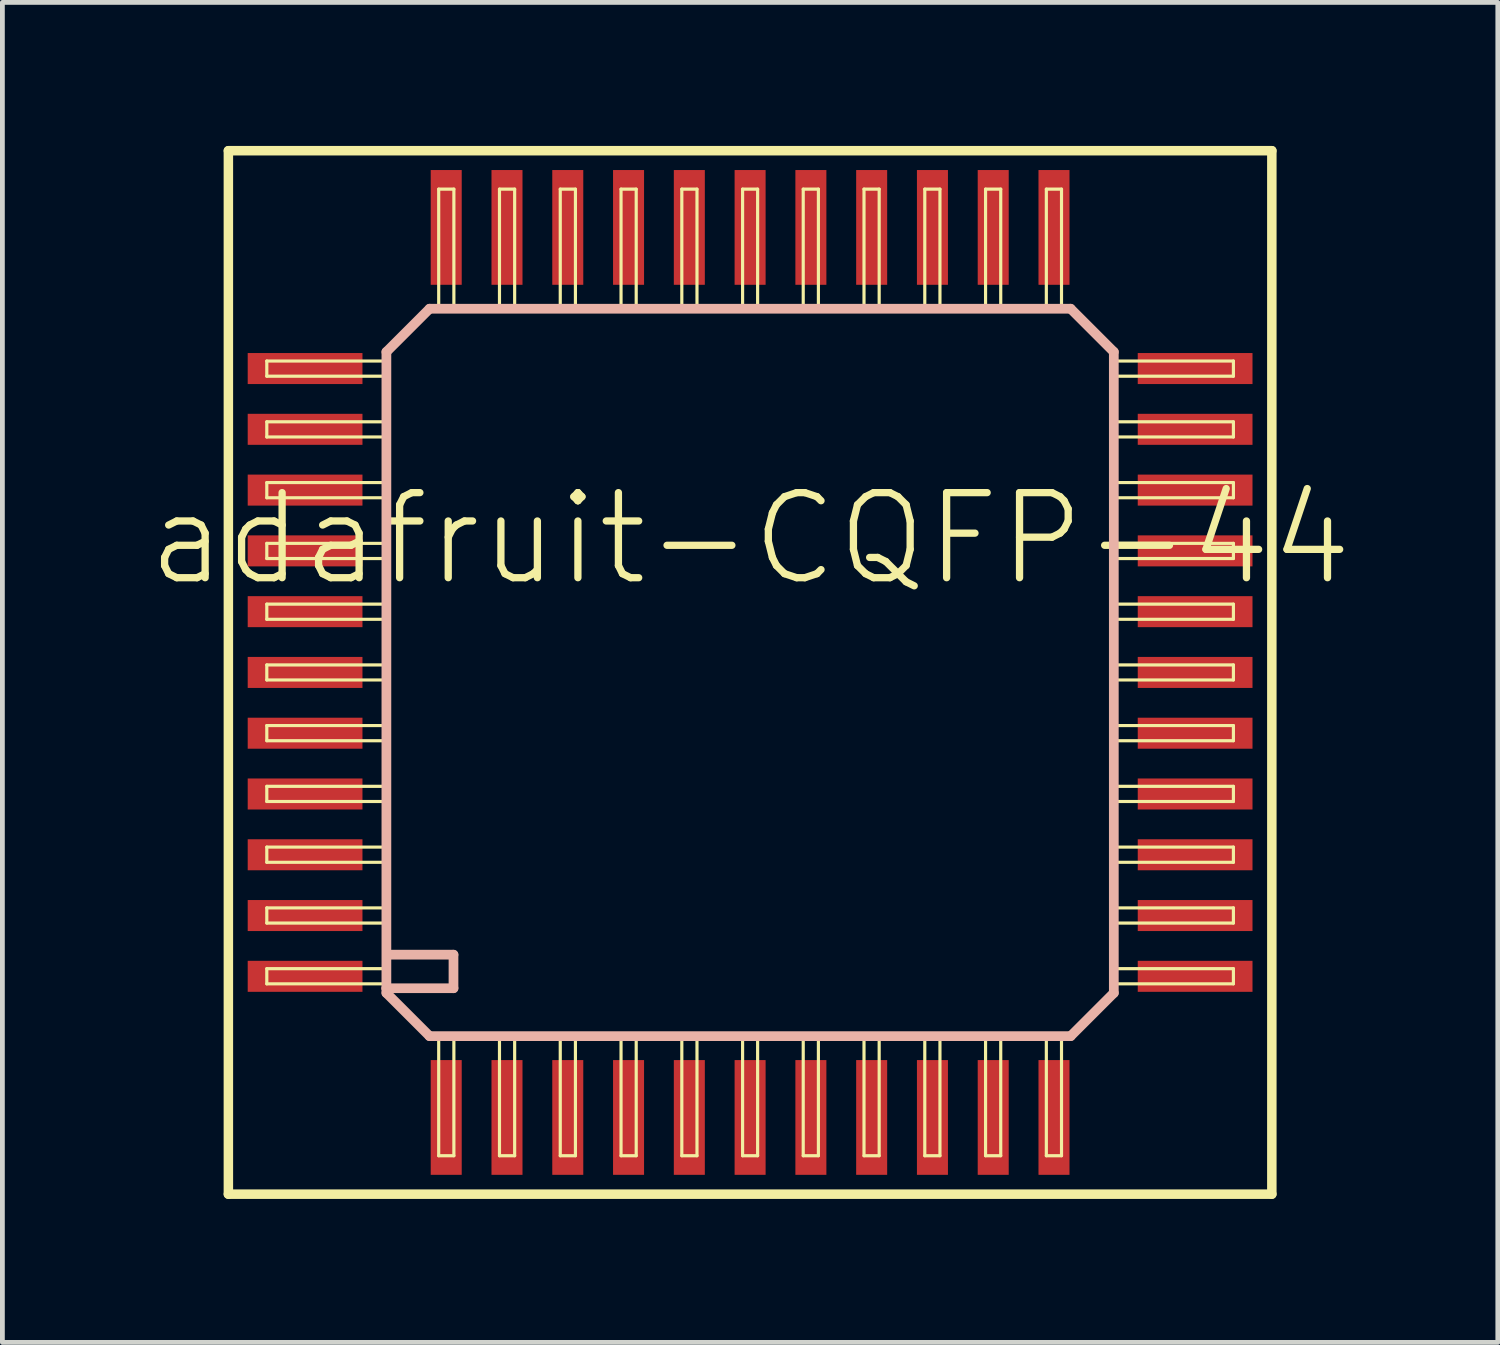
<source format=kicad_pcb>
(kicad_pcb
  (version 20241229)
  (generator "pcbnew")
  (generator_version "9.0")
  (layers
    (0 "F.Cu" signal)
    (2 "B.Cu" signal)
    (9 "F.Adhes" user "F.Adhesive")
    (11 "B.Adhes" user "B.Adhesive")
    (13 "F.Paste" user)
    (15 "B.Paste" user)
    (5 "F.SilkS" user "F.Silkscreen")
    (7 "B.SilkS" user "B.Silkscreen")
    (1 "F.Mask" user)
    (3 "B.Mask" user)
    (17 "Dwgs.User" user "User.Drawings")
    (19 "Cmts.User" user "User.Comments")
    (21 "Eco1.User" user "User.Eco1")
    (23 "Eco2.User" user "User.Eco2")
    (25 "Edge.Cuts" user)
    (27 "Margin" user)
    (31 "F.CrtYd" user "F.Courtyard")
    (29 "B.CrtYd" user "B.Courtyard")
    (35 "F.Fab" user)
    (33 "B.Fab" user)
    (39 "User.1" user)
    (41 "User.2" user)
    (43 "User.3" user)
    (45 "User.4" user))
  (footprint "adafruit-CQFP-44"
    (layer "F.Cu")
    (at 12.624 11.001)
    (property "Reference" "adafruit-CQFP-44" (at 0 -2.794 0) (layer "F.SilkS") (effects (font (size 1.778 1.778) (thickness 0.152))))
    (attr smd)
    (fp_line (start -10.902 -10.902) (end 10.902 -10.902) (stroke (width 0.198) (type solid)) (layer "F.SilkS"))
    (fp_line (start -10.902 10.902) (end -10.902 -10.902) (stroke (width 0.198) (type solid)) (layer "F.SilkS"))
    (fp_line (start -10.099 -6.507) (end -7.6 -6.507) (stroke (width 0.066) (type solid)) (layer "F.SilkS"))
    (fp_line (start -10.099 -6.19) (end -10.099 -6.507) (stroke (width 0.066) (type solid)) (layer "F.SilkS"))
    (fp_line (start -10.099 -6.19) (end -7.6 -6.19) (stroke (width 0.066) (type solid)) (layer "F.SilkS"))
    (fp_line (start -10.099 -5.237) (end -7.6 -5.237) (stroke (width 0.066) (type solid)) (layer "F.SilkS"))
    (fp_line (start -10.099 -4.92) (end -10.099 -5.237) (stroke (width 0.066) (type solid)) (layer "F.SilkS"))
    (fp_line (start -10.099 -4.92) (end -7.6 -4.92) (stroke (width 0.066) (type solid)) (layer "F.SilkS"))
    (fp_line (start -10.099 -3.967) (end -7.6 -3.967) (stroke (width 0.066) (type solid)) (layer "F.SilkS"))
    (fp_line (start -10.099 -3.65) (end -10.099 -3.967) (stroke (width 0.066) (type solid)) (layer "F.SilkS"))
    (fp_line (start -10.099 -3.65) (end -7.6 -3.65) (stroke (width 0.066) (type solid)) (layer "F.SilkS"))
    (fp_line (start -10.099 -2.697) (end -7.6 -2.697) (stroke (width 0.066) (type solid)) (layer "F.SilkS"))
    (fp_line (start -10.099 -2.38) (end -10.099 -2.697) (stroke (width 0.066) (type solid)) (layer "F.SilkS"))
    (fp_line (start -10.099 -2.38) (end -7.6 -2.38) (stroke (width 0.066) (type solid)) (layer "F.SilkS"))
    (fp_line (start -10.099 -1.427) (end -7.6 -1.427) (stroke (width 0.066) (type solid)) (layer "F.SilkS"))
    (fp_line (start -10.099 -1.11) (end -10.099 -1.427) (stroke (width 0.066) (type solid)) (layer "F.SilkS"))
    (fp_line (start -10.099 -1.11) (end -7.6 -1.11) (stroke (width 0.066) (type solid)) (layer "F.SilkS"))
    (fp_line (start -10.099 -0.157) (end -7.6 -0.157) (stroke (width 0.066) (type solid)) (layer "F.SilkS"))
    (fp_line (start -10.099 0.157) (end -10.099 -0.157) (stroke (width 0.066) (type solid)) (layer "F.SilkS"))
    (fp_line (start -10.099 0.157) (end -7.6 0.157) (stroke (width 0.066) (type solid)) (layer "F.SilkS"))
    (fp_line (start -10.099 1.11) (end -7.6 1.11) (stroke (width 0.066) (type solid)) (layer "F.SilkS"))
    (fp_line (start -10.099 1.427) (end -10.099 1.11) (stroke (width 0.066) (type solid)) (layer "F.SilkS"))
    (fp_line (start -10.099 1.427) (end -7.6 1.427) (stroke (width 0.066) (type solid)) (layer "F.SilkS"))
    (fp_line (start -10.099 2.38) (end -7.6 2.38) (stroke (width 0.066) (type solid)) (layer "F.SilkS"))
    (fp_line (start -10.099 2.697) (end -10.099 2.38) (stroke (width 0.066) (type solid)) (layer "F.SilkS"))
    (fp_line (start -10.099 2.697) (end -7.6 2.697) (stroke (width 0.066) (type solid)) (layer "F.SilkS"))
    (fp_line (start -10.099 3.65) (end -7.6 3.65) (stroke (width 0.066) (type solid)) (layer "F.SilkS"))
    (fp_line (start -10.099 3.967) (end -10.099 3.65) (stroke (width 0.066) (type solid)) (layer "F.SilkS"))
    (fp_line (start -10.099 3.967) (end -7.6 3.967) (stroke (width 0.066) (type solid)) (layer "F.SilkS"))
    (fp_line (start -10.099 4.92) (end -7.6 4.92) (stroke (width 0.066) (type solid)) (layer "F.SilkS"))
    (fp_line (start -10.099 5.237) (end -10.099 4.92) (stroke (width 0.066) (type solid)) (layer "F.SilkS"))
    (fp_line (start -10.099 5.237) (end -7.6 5.237) (stroke (width 0.066) (type solid)) (layer "F.SilkS"))
    (fp_line (start -10.099 6.19) (end -7.6 6.19) (stroke (width 0.066) (type solid)) (layer "F.SilkS"))
    (fp_line (start -10.099 6.507) (end -10.099 6.19) (stroke (width 0.066) (type solid)) (layer "F.SilkS"))
    (fp_line (start -10.099 6.507) (end -7.6 6.507) (stroke (width 0.066) (type solid)) (layer "F.SilkS"))
    (fp_line (start -7.6 -6.19) (end -7.6 -6.507) (stroke (width 0.066) (type solid)) (layer "F.SilkS"))
    (fp_line (start -7.6 -4.92) (end -7.6 -5.237) (stroke (width 0.066) (type solid)) (layer "F.SilkS"))
    (fp_line (start -7.6 -3.65) (end -7.6 -3.967) (stroke (width 0.066) (type solid)) (layer "F.SilkS"))
    (fp_line (start -7.6 -2.38) (end -7.6 -2.697) (stroke (width 0.066) (type solid)) (layer "F.SilkS"))
    (fp_line (start -7.6 -1.11) (end -7.6 -1.427) (stroke (width 0.066) (type solid)) (layer "F.SilkS"))
    (fp_line (start -7.6 0.157) (end -7.6 -0.157) (stroke (width 0.066) (type solid)) (layer "F.SilkS"))
    (fp_line (start -7.6 1.427) (end -7.6 1.11) (stroke (width 0.066) (type solid)) (layer "F.SilkS"))
    (fp_line (start -7.6 2.697) (end -7.6 2.38) (stroke (width 0.066) (type solid)) (layer "F.SilkS"))
    (fp_line (start -7.6 3.967) (end -7.6 3.65) (stroke (width 0.066) (type solid)) (layer "F.SilkS"))
    (fp_line (start -7.6 5.237) (end -7.6 4.92) (stroke (width 0.066) (type solid)) (layer "F.SilkS"))
    (fp_line (start -7.6 6.507) (end -7.6 6.19) (stroke (width 0.066) (type solid)) (layer "F.SilkS"))
    (fp_line (start -6.507 -10.099) (end -6.19 -10.099) (stroke (width 0.066) (type solid)) (layer "F.SilkS"))
    (fp_line (start -6.507 -7.6) (end -6.507 -10.099) (stroke (width 0.066) (type solid)) (layer "F.SilkS"))
    (fp_line (start -6.507 -7.6) (end -6.19 -7.6) (stroke (width 0.066) (type solid)) (layer "F.SilkS"))
    (fp_line (start -6.507 7.6) (end -6.19 7.6) (stroke (width 0.066) (type solid)) (layer "F.SilkS"))
    (fp_line (start -6.507 10.099) (end -6.507 7.6) (stroke (width 0.066) (type solid)) (layer "F.SilkS"))
    (fp_line (start -6.507 10.099) (end -6.19 10.099) (stroke (width 0.066) (type solid)) (layer "F.SilkS"))
    (fp_line (start -6.19 -7.6) (end -6.19 -10.099) (stroke (width 0.066) (type solid)) (layer "F.SilkS"))
    (fp_line (start -6.19 10.099) (end -6.19 7.6) (stroke (width 0.066) (type solid)) (layer "F.SilkS"))
    (fp_line (start -5.237 -10.099) (end -4.92 -10.099) (stroke (width 0.066) (type solid)) (layer "F.SilkS"))
    (fp_line (start -5.237 -7.6) (end -5.237 -10.099) (stroke (width 0.066) (type solid)) (layer "F.SilkS"))
    (fp_line (start -5.237 -7.6) (end -4.92 -7.6) (stroke (width 0.066) (type solid)) (layer "F.SilkS"))
    (fp_line (start -5.237 7.6) (end -4.92 7.6) (stroke (width 0.066) (type solid)) (layer "F.SilkS"))
    (fp_line (start -5.237 10.099) (end -5.237 7.6) (stroke (width 0.066) (type solid)) (layer "F.SilkS"))
    (fp_line (start -5.237 10.099) (end -4.92 10.099) (stroke (width 0.066) (type solid)) (layer "F.SilkS"))
    (fp_line (start -4.92 -7.6) (end -4.92 -10.099) (stroke (width 0.066) (type solid)) (layer "F.SilkS"))
    (fp_line (start -4.92 10.099) (end -4.92 7.6) (stroke (width 0.066) (type solid)) (layer "F.SilkS"))
    (fp_line (start -3.967 -10.099) (end -3.65 -10.099) (stroke (width 0.066) (type solid)) (layer "F.SilkS"))
    (fp_line (start -3.967 -7.6) (end -3.967 -10.099) (stroke (width 0.066) (type solid)) (layer "F.SilkS"))
    (fp_line (start -3.967 -7.6) (end -3.65 -7.6) (stroke (width 0.066) (type solid)) (layer "F.SilkS"))
    (fp_line (start -3.967 7.6) (end -3.65 7.6) (stroke (width 0.066) (type solid)) (layer "F.SilkS"))
    (fp_line (start -3.967 10.099) (end -3.967 7.6) (stroke (width 0.066) (type solid)) (layer "F.SilkS"))
    (fp_line (start -3.967 10.099) (end -3.65 10.099) (stroke (width 0.066) (type solid)) (layer "F.SilkS"))
    (fp_line (start -3.65 -7.6) (end -3.65 -10.099) (stroke (width 0.066) (type solid)) (layer "F.SilkS"))
    (fp_line (start -3.65 10.099) (end -3.65 7.6) (stroke (width 0.066) (type solid)) (layer "F.SilkS"))
    (fp_line (start -2.697 -10.099) (end -2.38 -10.099) (stroke (width 0.066) (type solid)) (layer "F.SilkS"))
    (fp_line (start -2.697 -7.6) (end -2.697 -10.099) (stroke (width 0.066) (type solid)) (layer "F.SilkS"))
    (fp_line (start -2.697 -7.6) (end -2.38 -7.6) (stroke (width 0.066) (type solid)) (layer "F.SilkS"))
    (fp_line (start -2.697 7.6) (end -2.38 7.6) (stroke (width 0.066) (type solid)) (layer "F.SilkS"))
    (fp_line (start -2.697 10.099) (end -2.697 7.6) (stroke (width 0.066) (type solid)) (layer "F.SilkS"))
    (fp_line (start -2.697 10.099) (end -2.38 10.099) (stroke (width 0.066) (type solid)) (layer "F.SilkS"))
    (fp_line (start -2.38 -7.6) (end -2.38 -10.099) (stroke (width 0.066) (type solid)) (layer "F.SilkS"))
    (fp_line (start -2.38 10.099) (end -2.38 7.6) (stroke (width 0.066) (type solid)) (layer "F.SilkS"))
    (fp_line (start -1.427 -10.099) (end -1.11 -10.099) (stroke (width 0.066) (type solid)) (layer "F.SilkS"))
    (fp_line (start -1.427 -7.6) (end -1.427 -10.099) (stroke (width 0.066) (type solid)) (layer "F.SilkS"))
    (fp_line (start -1.427 -7.6) (end -1.11 -7.6) (stroke (width 0.066) (type solid)) (layer "F.SilkS"))
    (fp_line (start -1.427 7.6) (end -1.11 7.6) (stroke (width 0.066) (type solid)) (layer "F.SilkS"))
    (fp_line (start -1.427 10.099) (end -1.427 7.6) (stroke (width 0.066) (type solid)) (layer "F.SilkS"))
    (fp_line (start -1.427 10.099) (end -1.11 10.099) (stroke (width 0.066) (type solid)) (layer "F.SilkS"))
    (fp_line (start -1.11 -7.6) (end -1.11 -10.099) (stroke (width 0.066) (type solid)) (layer "F.SilkS"))
    (fp_line (start -1.11 10.099) (end -1.11 7.6) (stroke (width 0.066) (type solid)) (layer "F.SilkS"))
    (fp_line (start -0.157 -10.099) (end 0.157 -10.099) (stroke (width 0.066) (type solid)) (layer "F.SilkS"))
    (fp_line (start -0.157 -7.6) (end -0.157 -10.099) (stroke (width 0.066) (type solid)) (layer "F.SilkS"))
    (fp_line (start -0.157 -7.6) (end 0.157 -7.6) (stroke (width 0.066) (type solid)) (layer "F.SilkS"))
    (fp_line (start -0.157 7.6) (end 0.157 7.6) (stroke (width 0.066) (type solid)) (layer "F.SilkS"))
    (fp_line (start -0.157 10.099) (end -0.157 7.6) (stroke (width 0.066) (type solid)) (layer "F.SilkS"))
    (fp_line (start -0.157 10.099) (end 0.157 10.099) (stroke (width 0.066) (type solid)) (layer "F.SilkS"))
    (fp_line (start 0.157 -7.6) (end 0.157 -10.099) (stroke (width 0.066) (type solid)) (layer "F.SilkS"))
    (fp_line (start 0.157 10.099) (end 0.157 7.6) (stroke (width 0.066) (type solid)) (layer "F.SilkS"))
    (fp_line (start 1.11 -10.099) (end 1.427 -10.099) (stroke (width 0.066) (type solid)) (layer "F.SilkS"))
    (fp_line (start 1.11 -7.6) (end 1.11 -10.099) (stroke (width 0.066) (type solid)) (layer "F.SilkS"))
    (fp_line (start 1.11 -7.6) (end 1.427 -7.6) (stroke (width 0.066) (type solid)) (layer "F.SilkS"))
    (fp_line (start 1.11 7.6) (end 1.427 7.6) (stroke (width 0.066) (type solid)) (layer "F.SilkS"))
    (fp_line (start 1.11 10.099) (end 1.11 7.6) (stroke (width 0.066) (type solid)) (layer "F.SilkS"))
    (fp_line (start 1.11 10.099) (end 1.427 10.099) (stroke (width 0.066) (type solid)) (layer "F.SilkS"))
    (fp_line (start 1.427 -7.6) (end 1.427 -10.099) (stroke (width 0.066) (type solid)) (layer "F.SilkS"))
    (fp_line (start 1.427 10.099) (end 1.427 7.6) (stroke (width 0.066) (type solid)) (layer "F.SilkS"))
    (fp_line (start 2.38 -10.099) (end 2.697 -10.099) (stroke (width 0.066) (type solid)) (layer "F.SilkS"))
    (fp_line (start 2.38 -7.6) (end 2.38 -10.099) (stroke (width 0.066) (type solid)) (layer "F.SilkS"))
    (fp_line (start 2.38 -7.6) (end 2.697 -7.6) (stroke (width 0.066) (type solid)) (layer "F.SilkS"))
    (fp_line (start 2.38 7.6) (end 2.697 7.6) (stroke (width 0.066) (type solid)) (layer "F.SilkS"))
    (fp_line (start 2.38 10.099) (end 2.38 7.6) (stroke (width 0.066) (type solid)) (layer "F.SilkS"))
    (fp_line (start 2.38 10.099) (end 2.697 10.099) (stroke (width 0.066) (type solid)) (layer "F.SilkS"))
    (fp_line (start 2.697 -7.6) (end 2.697 -10.099) (stroke (width 0.066) (type solid)) (layer "F.SilkS"))
    (fp_line (start 2.697 10.099) (end 2.697 7.6) (stroke (width 0.066) (type solid)) (layer "F.SilkS"))
    (fp_line (start 3.65 -10.099) (end 3.967 -10.099) (stroke (width 0.066) (type solid)) (layer "F.SilkS"))
    (fp_line (start 3.65 -7.6) (end 3.65 -10.099) (stroke (width 0.066) (type solid)) (layer "F.SilkS"))
    (fp_line (start 3.65 -7.6) (end 3.967 -7.6) (stroke (width 0.066) (type solid)) (layer "F.SilkS"))
    (fp_line (start 3.65 7.6) (end 3.967 7.6) (stroke (width 0.066) (type solid)) (layer "F.SilkS"))
    (fp_line (start 3.65 10.099) (end 3.65 7.6) (stroke (width 0.066) (type solid)) (layer "F.SilkS"))
    (fp_line (start 3.65 10.099) (end 3.967 10.099) (stroke (width 0.066) (type solid)) (layer "F.SilkS"))
    (fp_line (start 3.967 -7.6) (end 3.967 -10.099) (stroke (width 0.066) (type solid)) (layer "F.SilkS"))
    (fp_line (start 3.967 10.099) (end 3.967 7.6) (stroke (width 0.066) (type solid)) (layer "F.SilkS"))
    (fp_line (start 4.92 -10.099) (end 5.237 -10.099) (stroke (width 0.066) (type solid)) (layer "F.SilkS"))
    (fp_line (start 4.92 -7.6) (end 4.92 -10.099) (stroke (width 0.066) (type solid)) (layer "F.SilkS"))
    (fp_line (start 4.92 -7.6) (end 5.237 -7.6) (stroke (width 0.066) (type solid)) (layer "F.SilkS"))
    (fp_line (start 4.92 7.6) (end 5.237 7.6) (stroke (width 0.066) (type solid)) (layer "F.SilkS"))
    (fp_line (start 4.92 10.099) (end 4.92 7.6) (stroke (width 0.066) (type solid)) (layer "F.SilkS"))
    (fp_line (start 4.92 10.099) (end 5.237 10.099) (stroke (width 0.066) (type solid)) (layer "F.SilkS"))
    (fp_line (start 5.237 -7.6) (end 5.237 -10.099) (stroke (width 0.066) (type solid)) (layer "F.SilkS"))
    (fp_line (start 5.237 10.099) (end 5.237 7.6) (stroke (width 0.066) (type solid)) (layer "F.SilkS"))
    (fp_line (start 6.19 -10.099) (end 6.507 -10.099) (stroke (width 0.066) (type solid)) (layer "F.SilkS"))
    (fp_line (start 6.19 -7.6) (end 6.19 -10.099) (stroke (width 0.066) (type solid)) (layer "F.SilkS"))
    (fp_line (start 6.19 -7.6) (end 6.507 -7.6) (stroke (width 0.066) (type solid)) (layer "F.SilkS"))
    (fp_line (start 6.19 7.6) (end 6.507 7.6) (stroke (width 0.066) (type solid)) (layer "F.SilkS"))
    (fp_line (start 6.19 10.099) (end 6.19 7.6) (stroke (width 0.066) (type solid)) (layer "F.SilkS"))
    (fp_line (start 6.19 10.099) (end 6.507 10.099) (stroke (width 0.066) (type solid)) (layer "F.SilkS"))
    (fp_line (start 6.507 -7.6) (end 6.507 -10.099) (stroke (width 0.066) (type solid)) (layer "F.SilkS"))
    (fp_line (start 6.507 10.099) (end 6.507 7.6) (stroke (width 0.066) (type solid)) (layer "F.SilkS"))
    (fp_line (start 7.6 -6.507) (end 10.099 -6.507) (stroke (width 0.066) (type solid)) (layer "F.SilkS"))
    (fp_line (start 7.6 -6.19) (end 7.6 -6.507) (stroke (width 0.066) (type solid)) (layer "F.SilkS"))
    (fp_line (start 7.6 -6.19) (end 10.099 -6.19) (stroke (width 0.066) (type solid)) (layer "F.SilkS"))
    (fp_line (start 7.6 -5.237) (end 10.099 -5.237) (stroke (width 0.066) (type solid)) (layer "F.SilkS"))
    (fp_line (start 7.6 -4.92) (end 7.6 -5.237) (stroke (width 0.066) (type solid)) (layer "F.SilkS"))
    (fp_line (start 7.6 -4.92) (end 10.099 -4.92) (stroke (width 0.066) (type solid)) (layer "F.SilkS"))
    (fp_line (start 7.6 -3.967) (end 10.099 -3.967) (stroke (width 0.066) (type solid)) (layer "F.SilkS"))
    (fp_line (start 7.6 -3.65) (end 7.6 -3.967) (stroke (width 0.066) (type solid)) (layer "F.SilkS"))
    (fp_line (start 7.6 -3.65) (end 10.099 -3.65) (stroke (width 0.066) (type solid)) (layer "F.SilkS"))
    (fp_line (start 7.6 -2.697) (end 10.099 -2.697) (stroke (width 0.066) (type solid)) (layer "F.SilkS"))
    (fp_line (start 7.6 -2.38) (end 7.6 -2.697) (stroke (width 0.066) (type solid)) (layer "F.SilkS"))
    (fp_line (start 7.6 -2.38) (end 10.099 -2.38) (stroke (width 0.066) (type solid)) (layer "F.SilkS"))
    (fp_line (start 7.6 -1.427) (end 10.099 -1.427) (stroke (width 0.066) (type solid)) (layer "F.SilkS"))
    (fp_line (start 7.6 -1.11) (end 7.6 -1.427) (stroke (width 0.066) (type solid)) (layer "F.SilkS"))
    (fp_line (start 7.6 -1.11) (end 10.099 -1.11) (stroke (width 0.066) (type solid)) (layer "F.SilkS"))
    (fp_line (start 7.6 -0.157) (end 10.099 -0.157) (stroke (width 0.066) (type solid)) (layer "F.SilkS"))
    (fp_line (start 7.6 0.157) (end 7.6 -0.157) (stroke (width 0.066) (type solid)) (layer "F.SilkS"))
    (fp_line (start 7.6 0.157) (end 10.099 0.157) (stroke (width 0.066) (type solid)) (layer "F.SilkS"))
    (fp_line (start 7.6 1.11) (end 10.099 1.11) (stroke (width 0.066) (type solid)) (layer "F.SilkS"))
    (fp_line (start 7.6 1.427) (end 7.6 1.11) (stroke (width 0.066) (type solid)) (layer "F.SilkS"))
    (fp_line (start 7.6 1.427) (end 10.099 1.427) (stroke (width 0.066) (type solid)) (layer "F.SilkS"))
    (fp_line (start 7.6 2.38) (end 10.099 2.38) (stroke (width 0.066) (type solid)) (layer "F.SilkS"))
    (fp_line (start 7.6 2.697) (end 7.6 2.38) (stroke (width 0.066) (type solid)) (layer "F.SilkS"))
    (fp_line (start 7.6 2.697) (end 10.099 2.697) (stroke (width 0.066) (type solid)) (layer "F.SilkS"))
    (fp_line (start 7.6 3.65) (end 10.099 3.65) (stroke (width 0.066) (type solid)) (layer "F.SilkS"))
    (fp_line (start 7.6 3.967) (end 7.6 3.65) (stroke (width 0.066) (type solid)) (layer "F.SilkS"))
    (fp_line (start 7.6 3.967) (end 10.099 3.967) (stroke (width 0.066) (type solid)) (layer "F.SilkS"))
    (fp_line (start 7.6 4.92) (end 10.099 4.92) (stroke (width 0.066) (type solid)) (layer "F.SilkS"))
    (fp_line (start 7.6 5.237) (end 7.6 4.92) (stroke (width 0.066) (type solid)) (layer "F.SilkS"))
    (fp_line (start 7.6 5.237) (end 10.099 5.237) (stroke (width 0.066) (type solid)) (layer "F.SilkS"))
    (fp_line (start 7.6 6.19) (end 10.099 6.19) (stroke (width 0.066) (type solid)) (layer "F.SilkS"))
    (fp_line (start 7.6 6.507) (end 7.6 6.19) (stroke (width 0.066) (type solid)) (layer "F.SilkS"))
    (fp_line (start 7.6 6.507) (end 10.099 6.507) (stroke (width 0.066) (type solid)) (layer "F.SilkS"))
    (fp_line (start 10.099 -6.19) (end 10.099 -6.507) (stroke (width 0.066) (type solid)) (layer "F.SilkS"))
    (fp_line (start 10.099 -4.92) (end 10.099 -5.237) (stroke (width 0.066) (type solid)) (layer "F.SilkS"))
    (fp_line (start 10.099 -3.65) (end 10.099 -3.967) (stroke (width 0.066) (type solid)) (layer "F.SilkS"))
    (fp_line (start 10.099 -2.38) (end 10.099 -2.697) (stroke (width 0.066) (type solid)) (layer "F.SilkS"))
    (fp_line (start 10.099 -1.11) (end 10.099 -1.427) (stroke (width 0.066) (type solid)) (layer "F.SilkS"))
    (fp_line (start 10.099 0.157) (end 10.099 -0.157) (stroke (width 0.066) (type solid)) (layer "F.SilkS"))
    (fp_line (start 10.099 1.427) (end 10.099 1.11) (stroke (width 0.066) (type solid)) (layer "F.SilkS"))
    (fp_line (start 10.099 2.697) (end 10.099 2.38) (stroke (width 0.066) (type solid)) (layer "F.SilkS"))
    (fp_line (start 10.099 3.967) (end 10.099 3.65) (stroke (width 0.066) (type solid)) (layer "F.SilkS"))
    (fp_line (start 10.099 5.237) (end 10.099 4.92) (stroke (width 0.066) (type solid)) (layer "F.SilkS"))
    (fp_line (start 10.099 6.507) (end 10.099 6.19) (stroke (width 0.066) (type solid)) (layer "F.SilkS"))
    (fp_line (start 10.902 -10.902) (end 10.902 10.902) (stroke (width 0.198) (type solid)) (layer "F.SilkS"))
    (fp_line (start 10.902 10.902) (end -10.902 10.902) (stroke (width 0.198) (type solid)) (layer "F.SilkS"))
    (fp_line (start -7.6 -6.698) (end -7.6 6.599) (stroke (width 0.203) (type solid)) (layer "B.SilkS"))
    (fp_line (start -7.6 -6.698) (end -6.698 -7.6) (stroke (width 0.203) (type solid)) (layer "B.SilkS"))
    (fp_line (start -7.6 6.599) (end -7.6 6.698) (stroke (width 0.203) (type solid)) (layer "B.SilkS"))
    (fp_line (start -7.6 6.599) (end -6.198 6.599) (stroke (width 0.203) (type solid)) (layer "B.SilkS"))
    (fp_line (start -7.6 6.698) (end -6.698 7.6) (stroke (width 0.203) (type solid)) (layer "B.SilkS"))
    (fp_line (start -6.698 7.6) (end 6.698 7.6) (stroke (width 0.203) (type solid)) (layer "B.SilkS"))
    (fp_line (start -6.198 5.898) (end -7.498 5.898) (stroke (width 0.203) (type solid)) (layer "B.SilkS"))
    (fp_line (start -6.198 6.599) (end -6.198 5.898) (stroke (width 0.203) (type solid)) (layer "B.SilkS"))
    (fp_line (start 6.698 -7.6) (end -6.698 -7.6) (stroke (width 0.203) (type solid)) (layer "B.SilkS"))
    (fp_line (start 6.698 -7.6) (end 7.6 -6.698) (stroke (width 0.203) (type solid)) (layer "B.SilkS"))
    (fp_line (start 6.698 7.6) (end 7.6 6.698) (stroke (width 0.203) (type solid)) (layer "B.SilkS"))
    (fp_line (start 7.6 6.698) (end 7.6 -6.698) (stroke (width 0.203) (type solid)) (layer "B.SilkS"))
    (pad "1" smd rect (at -6.35 9.299) (size 0.648 2.398) (layers "F.Cu" "F.Mask" "F.Paste"))
    (pad "2" smd rect (at -5.08 9.299) (size 0.648 2.398) (layers "F.Cu" "F.Mask" "F.Paste"))
    (pad "3" smd rect (at -3.81 9.299) (size 0.648 2.398) (layers "F.Cu" "F.Mask" "F.Paste"))
    (pad "4" smd rect (at -2.54 9.299) (size 0.648 2.398) (layers "F.Cu" "F.Mask" "F.Paste"))
    (pad "5" smd rect (at -1.27 9.299) (size 0.648 2.398) (layers "F.Cu" "F.Mask" "F.Paste"))
    (pad "6" smd rect (at 0 9.299) (size 0.648 2.398) (layers "F.Cu" "F.Mask" "F.Paste"))
    (pad "7" smd rect (at 1.27 9.299) (size 0.648 2.398) (layers "F.Cu" "F.Mask" "F.Paste"))
    (pad "8" smd rect (at 2.54 9.299) (size 0.648 2.398) (layers "F.Cu" "F.Mask" "F.Paste"))
    (pad "9" smd rect (at 3.81 9.299) (size 0.648 2.398) (layers "F.Cu" "F.Mask" "F.Paste"))
    (pad "10" smd rect (at 5.08 9.299) (size 0.648 2.398) (layers "F.Cu" "F.Mask" "F.Paste"))
    (pad "11" smd rect (at 6.35 9.299) (size 0.648 2.398) (layers "F.Cu" "F.Mask" "F.Paste"))
    (pad "12" smd rect (at 9.299 6.35) (size 2.398 0.648) (layers "F.Cu" "F.Mask" "F.Paste"))
    (pad "13" smd rect (at 9.299 5.08) (size 2.398 0.648) (layers "F.Cu" "F.Mask" "F.Paste"))
    (pad "14" smd rect (at 9.299 3.81) (size 2.398 0.648) (layers "F.Cu" "F.Mask" "F.Paste"))
    (pad "15" smd rect (at 9.299 2.54) (size 2.398 0.648) (layers "F.Cu" "F.Mask" "F.Paste"))
    (pad "16" smd rect (at 9.299 1.27) (size 2.398 0.648) (layers "F.Cu" "F.Mask" "F.Paste"))
    (pad "17" smd rect (at 9.299 0) (size 2.398 0.648) (layers "F.Cu" "F.Mask" "F.Paste"))
    (pad "18" smd rect (at 9.299 -1.27) (size 2.398 0.648) (layers "F.Cu" "F.Mask" "F.Paste"))
    (pad "19" smd rect (at 9.299 -2.54) (size 2.398 0.648) (layers "F.Cu" "F.Mask" "F.Paste"))
    (pad "20" smd rect (at 9.299 -3.81) (size 2.398 0.648) (layers "F.Cu" "F.Mask" "F.Paste"))
    (pad "21" smd rect (at 9.299 -5.08) (size 2.398 0.648) (layers "F.Cu" "F.Mask" "F.Paste"))
    (pad "22" smd rect (at 9.299 -6.35) (size 2.398 0.648) (layers "F.Cu" "F.Mask" "F.Paste"))
    (pad "23" smd rect (at 6.35 -9.299) (size 0.648 2.398) (layers "F.Cu" "F.Mask" "F.Paste"))
    (pad "24" smd rect (at 5.08 -9.299) (size 0.648 2.398) (layers "F.Cu" "F.Mask" "F.Paste"))
    (pad "25" smd rect (at 3.81 -9.299) (size 0.648 2.398) (layers "F.Cu" "F.Mask" "F.Paste"))
    (pad "26" smd rect (at 2.54 -9.299) (size 0.648 2.398) (layers "F.Cu" "F.Mask" "F.Paste"))
    (pad "27" smd rect (at 1.27 -9.299) (size 0.648 2.398) (layers "F.Cu" "F.Mask" "F.Paste"))
    (pad "28" smd rect (at 0 -9.299) (size 0.648 2.398) (layers "F.Cu" "F.Mask" "F.Paste"))
    (pad "29" smd rect (at -1.27 -9.299) (size 0.648 2.398) (layers "F.Cu" "F.Mask" "F.Paste"))
    (pad "30" smd rect (at -2.54 -9.299) (size 0.648 2.398) (layers "F.Cu" "F.Mask" "F.Paste"))
    (pad "31" smd rect (at -3.81 -9.299) (size 0.648 2.398) (layers "F.Cu" "F.Mask" "F.Paste"))
    (pad "32" smd rect (at -5.08 -9.299) (size 0.648 2.398) (layers "F.Cu" "F.Mask" "F.Paste"))
    (pad "33" smd rect (at -6.35 -9.299) (size 0.648 2.398) (layers "F.Cu" "F.Mask" "F.Paste"))
    (pad "34" smd rect (at -9.299 -6.35) (size 2.398 0.648) (layers "F.Cu" "F.Mask" "F.Paste"))
    (pad "35" smd rect (at -9.299 -5.08) (size 2.398 0.648) (layers "F.Cu" "F.Mask" "F.Paste"))
    (pad "36" smd rect (at -9.299 -3.81) (size 2.398 0.648) (layers "F.Cu" "F.Mask" "F.Paste"))
    (pad "37" smd rect (at -9.299 -2.54) (size 2.398 0.648) (layers "F.Cu" "F.Mask" "F.Paste"))
    (pad "38" smd rect (at -9.299 -1.27) (size 2.398 0.648) (layers "F.Cu" "F.Mask" "F.Paste"))
    (pad "39" smd rect (at -9.299 0) (size 2.398 0.648) (layers "F.Cu" "F.Mask" "F.Paste"))
    (pad "40" smd rect (at -9.299 1.27) (size 2.398 0.648) (layers "F.Cu" "F.Mask" "F.Paste"))
    (pad "41" smd rect (at -9.299 2.54) (size 2.398 0.648) (layers "F.Cu" "F.Mask" "F.Paste"))
    (pad "42" smd rect (at -9.299 3.81) (size 2.398 0.648) (layers "F.Cu" "F.Mask" "F.Paste"))
    (pad "43" smd rect (at -9.299 5.08) (size 2.398 0.648) (layers "F.Cu" "F.Mask" "F.Paste"))
    (pad "44" smd rect (at -9.299 6.35) (size 2.398 0.648) (layers "F.Cu" "F.Mask" "F.Paste")))
  (gr_rect
    (start -3 -3)
    (end 28.248 25.001)
    (stroke (width 0.1) (type default))
    (fill no)
    (layer "Edge.Cuts")))
</source>
